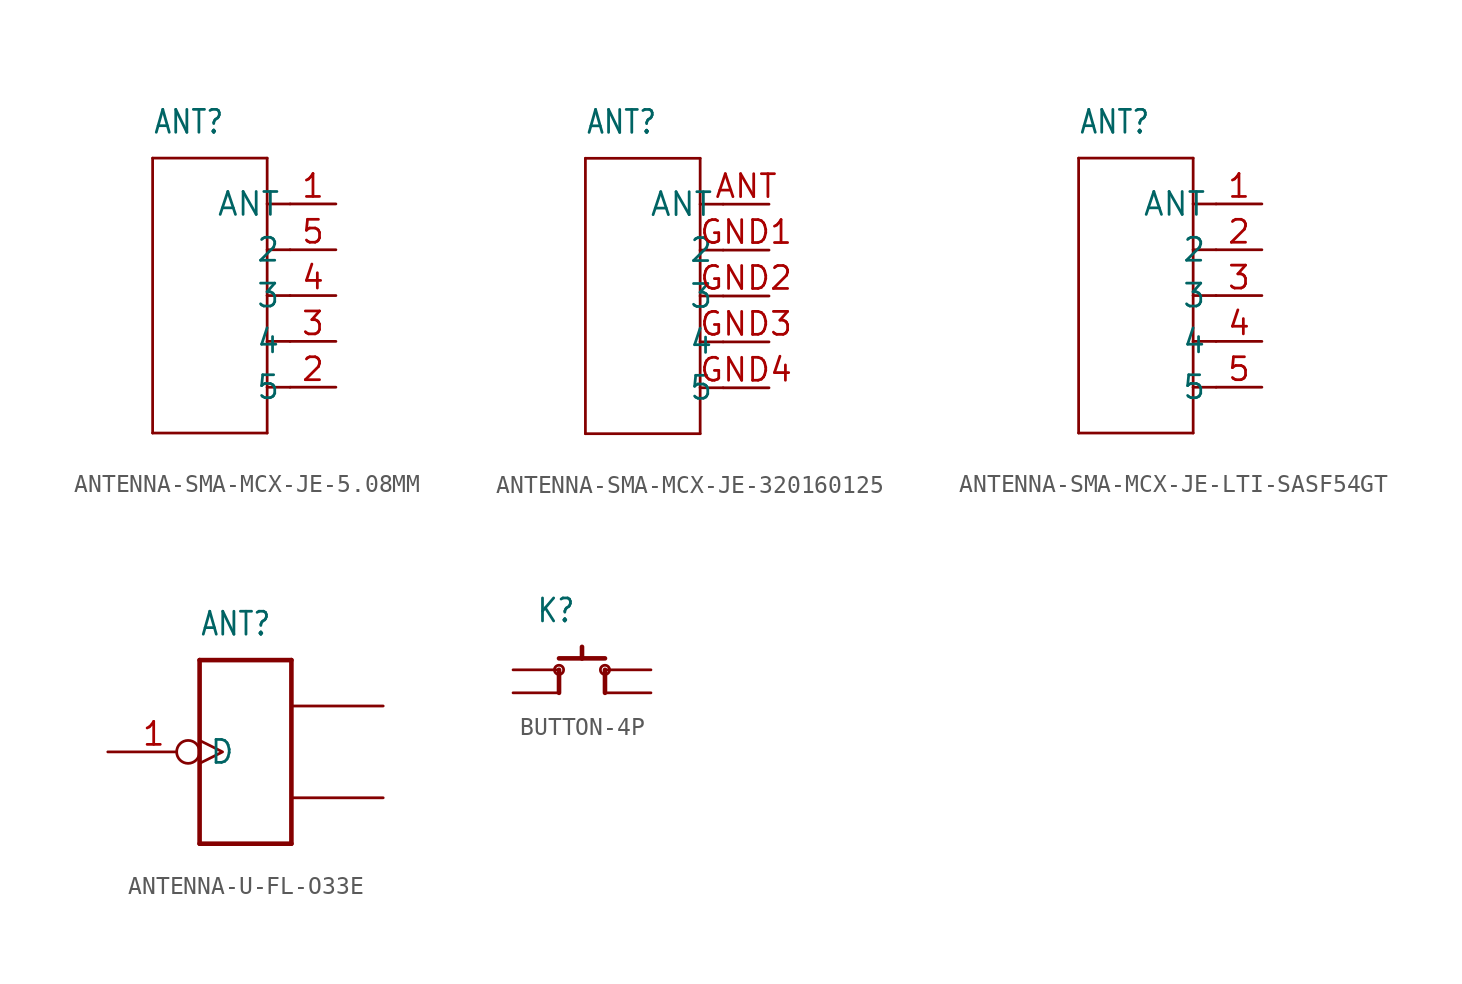
<source format=kicad_sym>
(kicad_symbol_lib
  (version 20220914)
  (generator kicad_symbol_editor)
  (symbol "ANTENNA-SMA-MCX-JE-5.08MM"
    (property "Reference" "ANT"
      (at -5.08 8.89 0)
      (effects (font (size 1.27 1.079)) (justify left bottom)))
    (property "Value" ""
      (at -5.08 7.62 0)
      (effects (font (size 1.27 1.079)) (justify left bottom)))
    (property "ki_locked" ""
      (at 0 0 0)
      (effects (font (size 1.27 1.27))))
    (symbol "ANTENNA-SMA-MCX-JE-5.08MM_1_0"
      (polyline (pts (xy -5.08 -7.62) (xy 1.27 -7.62)) (stroke (width 0.152) (type solid)) (fill (type none)))
      (polyline (pts (xy -5.08 7.62) (xy -5.08 -7.62)) (stroke (width 0.152) (type solid)) (fill (type none)))
      (polyline (pts (xy 1.27 -7.62) (xy 1.27 -5.08)) (stroke (width 0.152) (type solid)) (fill (type none)))
      (polyline (pts (xy 1.27 -5.08) (xy 1.27 -2.54)) (stroke (width 0.152) (type solid)) (fill (type none)))
      (polyline (pts (xy 1.27 -2.54) (xy 1.27 0)) (stroke (width 0.152) (type solid)) (fill (type none)))
      (polyline (pts (xy 1.27 0) (xy 1.27 2.54)) (stroke (width 0.152) (type solid)) (fill (type none)))
      (polyline (pts (xy 1.27 2.54) (xy 1.27 5.08)) (stroke (width 0.152) (type solid)) (fill (type none)))
      (polyline (pts (xy 1.27 5.08) (xy 1.27 7.62)) (stroke (width 0.152) (type solid)) (fill (type none)))
      (polyline (pts (xy 1.27 7.62) (xy -5.08 7.62)) (stroke (width 0.152) (type solid)) (fill (type none)))
      (polyline (pts (xy 2.54 -5.08) (xy 1.27 -5.08)) (stroke (width 0.152) (type solid)) (fill (type none)))
      (polyline (pts (xy 2.54 -2.54) (xy 1.27 -2.54)) (stroke (width 0.152) (type solid)) (fill (type none)))
      (polyline (pts (xy 2.54 0) (xy 1.27 0)) (stroke (width 0.152) (type solid)) (fill (type none)))
      (polyline (pts (xy 2.54 2.54) (xy 1.27 2.54)) (stroke (width 0.152) (type solid)) (fill (type none)))
      (polyline (pts (xy 2.54 5.08) (xy 1.27 5.08)) (stroke (width 0.152) (type solid)) (fill (type none)))
      (pin bidirectional line (at 5.08 5.08 180) (length 2.54) (name "ANT" (effects (font (size 1.27 1.27)))) (number "1" (effects (font (size 1.27 1.27)))))
      (pin bidirectional line (at 5.08 -5.08 180) (length 2.54) (name "5" (effects (font (size 1.27 1.27)))) (number "2" (effects (font (size 1.27 1.27)))))
      (pin bidirectional line (at 5.08 -2.54 180) (length 2.54) (name "4" (effects (font (size 1.27 1.27)))) (number "3" (effects (font (size 1.27 1.27)))))
      (pin bidirectional line (at 5.08 0 180) (length 2.54) (name "3" (effects (font (size 1.27 1.27)))) (number "4" (effects (font (size 1.27 1.27)))))
      (pin bidirectional line (at 5.08 2.54 180) (length 2.54) (name "2" (effects (font (size 1.27 1.27)))) (number "5" (effects (font (size 1.27 1.27)))))))
  (symbol "ANTENNA-SMA-MCX-JE-320160125"
    (property "Reference" "ANT"
      (at -5.08 8.89 0)
      (effects (font (size 1.27 1.079)) (justify left bottom)))
    (property "Value" ""
      (at -5.08 7.62 0)
      (effects (font (size 1.27 1.079)) (justify left bottom)))
    (property "ki_locked" ""
      (at 0 0 0)
      (effects (font (size 1.27 1.27))))
    (symbol "ANTENNA-SMA-MCX-JE-320160125_1_0"
      (polyline (pts (xy -5.08 -7.62) (xy 1.27 -7.62)) (stroke (width 0.152) (type solid)) (fill (type none)))
      (polyline (pts (xy -5.08 7.62) (xy -5.08 -7.62)) (stroke (width 0.152) (type solid)) (fill (type none)))
      (polyline (pts (xy 1.27 -7.62) (xy 1.27 -5.08)) (stroke (width 0.152) (type solid)) (fill (type none)))
      (polyline (pts (xy 1.27 -5.08) (xy 1.27 -2.54)) (stroke (width 0.152) (type solid)) (fill (type none)))
      (polyline (pts (xy 1.27 -2.54) (xy 1.27 0)) (stroke (width 0.152) (type solid)) (fill (type none)))
      (polyline (pts (xy 1.27 0) (xy 1.27 2.54)) (stroke (width 0.152) (type solid)) (fill (type none)))
      (polyline (pts (xy 1.27 2.54) (xy 1.27 5.08)) (stroke (width 0.152) (type solid)) (fill (type none)))
      (polyline (pts (xy 1.27 5.08) (xy 1.27 7.62)) (stroke (width 0.152) (type solid)) (fill (type none)))
      (polyline (pts (xy 1.27 7.62) (xy -5.08 7.62)) (stroke (width 0.152) (type solid)) (fill (type none)))
      (polyline (pts (xy 2.54 -5.08) (xy 1.27 -5.08)) (stroke (width 0.152) (type solid)) (fill (type none)))
      (polyline (pts (xy 2.54 -2.54) (xy 1.27 -2.54)) (stroke (width 0.152) (type solid)) (fill (type none)))
      (polyline (pts (xy 2.54 0) (xy 1.27 0)) (stroke (width 0.152) (type solid)) (fill (type none)))
      (polyline (pts (xy 2.54 2.54) (xy 1.27 2.54)) (stroke (width 0.152) (type solid)) (fill (type none)))
      (polyline (pts (xy 2.54 5.08) (xy 1.27 5.08)) (stroke (width 0.152) (type solid)) (fill (type none)))
      (pin bidirectional line (at 5.08 5.08 180) (length 2.54) (name "ANT" (effects (font (size 1.27 1.27)))) (number "ANT" (effects (font (size 1.27 1.27)))))
      (pin bidirectional line (at 5.08 2.54 180) (length 2.54) (name "2" (effects (font (size 1.27 1.27)))) (number "GND1" (effects (font (size 1.27 1.27)))))
      (pin bidirectional line (at 5.08 0 180) (length 2.54) (name "3" (effects (font (size 1.27 1.27)))) (number "GND2" (effects (font (size 1.27 1.27)))))
      (pin bidirectional line (at 5.08 -2.54 180) (length 2.54) (name "4" (effects (font (size 1.27 1.27)))) (number "GND3" (effects (font (size 1.27 1.27)))))
      (pin bidirectional line (at 5.08 -5.08 180) (length 2.54) (name "5" (effects (font (size 1.27 1.27)))) (number "GND4" (effects (font (size 1.27 1.27)))))))
  (symbol "ANTENNA-SMA-MCX-JE-LTI-SASF54GT"
    (property "Reference" "ANT"
      (at -5.08 8.89 0)
      (effects (font (size 1.27 1.079)) (justify left bottom)))
    (property "Value" ""
      (at -5.08 7.62 0)
      (effects (font (size 1.27 1.079)) (justify left bottom)))
    (property "ki_locked" ""
      (at 0 0 0)
      (effects (font (size 1.27 1.27))))
    (symbol "ANTENNA-SMA-MCX-JE-LTI-SASF54GT_1_0"
      (polyline (pts (xy -5.08 -7.62) (xy 1.27 -7.62)) (stroke (width 0.152) (type solid)) (fill (type none)))
      (polyline (pts (xy -5.08 7.62) (xy -5.08 -7.62)) (stroke (width 0.152) (type solid)) (fill (type none)))
      (polyline (pts (xy 1.27 -7.62) (xy 1.27 -5.08)) (stroke (width 0.152) (type solid)) (fill (type none)))
      (polyline (pts (xy 1.27 -5.08) (xy 1.27 -2.54)) (stroke (width 0.152) (type solid)) (fill (type none)))
      (polyline (pts (xy 1.27 -2.54) (xy 1.27 0)) (stroke (width 0.152) (type solid)) (fill (type none)))
      (polyline (pts (xy 1.27 0) (xy 1.27 2.54)) (stroke (width 0.152) (type solid)) (fill (type none)))
      (polyline (pts (xy 1.27 2.54) (xy 1.27 5.08)) (stroke (width 0.152) (type solid)) (fill (type none)))
      (polyline (pts (xy 1.27 5.08) (xy 1.27 7.62)) (stroke (width 0.152) (type solid)) (fill (type none)))
      (polyline (pts (xy 1.27 7.62) (xy -5.08 7.62)) (stroke (width 0.152) (type solid)) (fill (type none)))
      (polyline (pts (xy 2.54 -5.08) (xy 1.27 -5.08)) (stroke (width 0.152) (type solid)) (fill (type none)))
      (polyline (pts (xy 2.54 -2.54) (xy 1.27 -2.54)) (stroke (width 0.152) (type solid)) (fill (type none)))
      (polyline (pts (xy 2.54 0) (xy 1.27 0)) (stroke (width 0.152) (type solid)) (fill (type none)))
      (polyline (pts (xy 2.54 2.54) (xy 1.27 2.54)) (stroke (width 0.152) (type solid)) (fill (type none)))
      (polyline (pts (xy 2.54 5.08) (xy 1.27 5.08)) (stroke (width 0.152) (type solid)) (fill (type none)))
      (pin bidirectional line (at 5.08 5.08 180) (length 2.54) (name "ANT" (effects (font (size 1.27 1.27)))) (number "1" (effects (font (size 1.27 1.27)))))
      (pin bidirectional line (at 5.08 2.54 180) (length 2.54) (name "2" (effects (font (size 1.27 1.27)))) (number "2" (effects (font (size 1.27 1.27)))))
      (pin bidirectional line (at 5.08 0 180) (length 2.54) (name "3" (effects (font (size 1.27 1.27)))) (number "3" (effects (font (size 1.27 1.27)))))
      (pin bidirectional line (at 5.08 -2.54 180) (length 2.54) (name "4" (effects (font (size 1.27 1.27)))) (number "4" (effects (font (size 1.27 1.27)))))
      (pin bidirectional line (at 5.08 -5.08 180) (length 2.54) (name "5" (effects (font (size 1.27 1.27)))) (number "5" (effects (font (size 1.27 1.27)))))))
  (symbol "ANTENNA-U-FL-O33E"
    (property "Reference" "ANT"
      (at -2.54 6.35 0)
      (effects (font (size 1.27 1.079)) (justify left bottom)))
    (property "Value" ""
      (at -2.54 5.08 0)
      (effects (font (size 1.27 1.079)) (justify left bottom)))
    (property "ki_locked" ""
      (at 0 0 0)
      (effects (font (size 1.27 1.27))))
    (symbol "ANTENNA-U-FL-O33E_1_0"
      (polyline (pts (xy -2.54 -5.08) (xy -2.54 5.08)) (stroke (width 0.254) (type solid)) (fill (type none)))
      (polyline (pts (xy -2.54 5.08) (xy 2.54 5.08)) (stroke (width 0.254) (type solid)) (fill (type none)))
      (polyline (pts (xy 2.54 -5.08) (xy -2.54 -5.08)) (stroke (width 0.254) (type solid)) (fill (type none)))
      (polyline (pts (xy 2.54 5.08) (xy 2.54 -5.08)) (stroke (width 0.254) (type solid)) (fill (type none)))
      (pin bidirectional inverted_clock (at -7.62 0 0) (length 5.08) (name "D" (effects (font (size 1.27 1.27)))) (number "1" (effects (font (size 1.27 1.27)))))
      (pin bidirectional line (at 7.62 2.54 180) (length 5.08) (name "GND1" (effects (font (size 0 0)))) (number "2" (effects (font (size 0 0)))))
      (pin bidirectional line (at 7.62 -2.54 180) (length 5.08) (name "GND2" (effects (font (size 0 0)))) (number "3" (effects (font (size 0 0)))))))
  (symbol "BUTTON-4P"
    (property "Reference" "K"
      (at -2.54 2.54 0)
      (effects (font (size 1.27 1.079)) (justify left bottom)))
    (property "Value" ""
      (at -2.54 1.27 0)
      (effects (font (size 1.27 1.079)) (justify left bottom)))
    (property "ki_locked" ""
      (at 0 0 0)
      (effects (font (size 1.27 1.27))))
    (symbol "BUTTON-4P_1_0"
      (circle (center -1.27 0) (radius 0.254) (stroke (width 0) (type solid)) (fill (type none)))
      (polyline (pts (xy -1.27 -1.27) (xy -1.27 0)) (stroke (width 0.254) (type solid)) (fill (type none)))
      (polyline (pts (xy -1.27 0.635) (xy 0 0.635)) (stroke (width 0.254) (type solid)) (fill (type none)))
      (polyline (pts (xy 0 0.635) (xy 0 1.27)) (stroke (width 0.254) (type solid)) (fill (type none)))
      (polyline (pts (xy 0 0.635) (xy 1.27 0.635)) (stroke (width 0.254) (type solid)) (fill (type none)))
      (polyline (pts (xy 1.27 0) (xy 1.27 -1.27)) (stroke (width 0.254) (type solid)) (fill (type none)))
      (circle (center 1.27 0) (radius 0.254) (stroke (width 0) (type solid)) (fill (type none)))
      (pin bidirectional line (at -3.81 0 0) (length 2.54) (name "A0" (effects (font (size 0 0)))) (number "1" (effects (font (size 0 0)))))
      (pin bidirectional line (at -3.81 -1.27 0) (length 2.54) (name "A1" (effects (font (size 0 0)))) (number "2" (effects (font (size 0 0)))))
      (pin bidirectional line (at 3.81 0 180) (length 2.54) (name "B0" (effects (font (size 0 0)))) (number "3" (effects (font (size 0 0)))))
      (pin bidirectional line (at 3.81 -1.27 180) (length 2.54) (name "B1" (effects (font (size 0 0)))) (number "4" (effects (font (size 0 0))))))))
</source>
